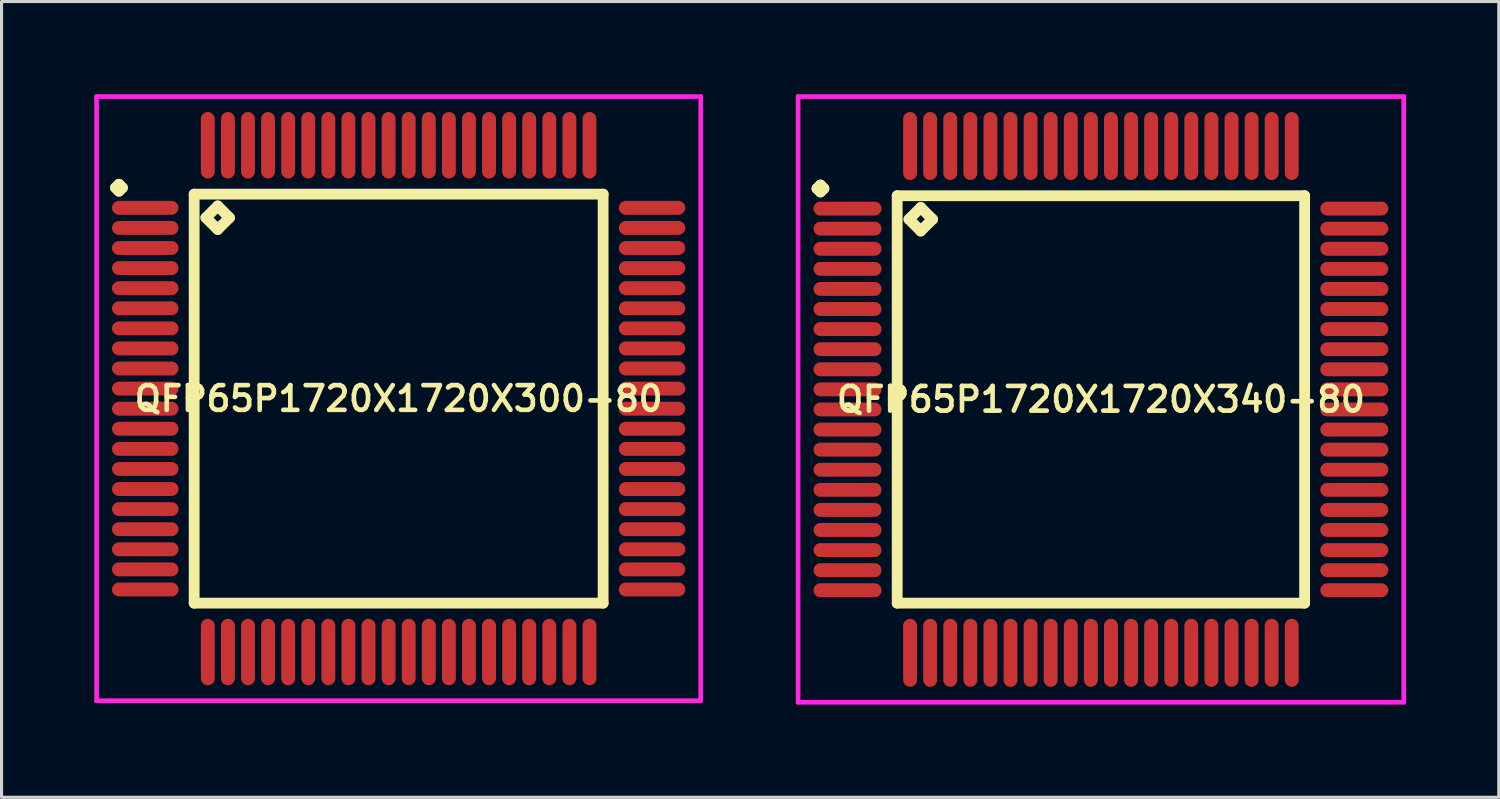
<source format=kicad_pcb>
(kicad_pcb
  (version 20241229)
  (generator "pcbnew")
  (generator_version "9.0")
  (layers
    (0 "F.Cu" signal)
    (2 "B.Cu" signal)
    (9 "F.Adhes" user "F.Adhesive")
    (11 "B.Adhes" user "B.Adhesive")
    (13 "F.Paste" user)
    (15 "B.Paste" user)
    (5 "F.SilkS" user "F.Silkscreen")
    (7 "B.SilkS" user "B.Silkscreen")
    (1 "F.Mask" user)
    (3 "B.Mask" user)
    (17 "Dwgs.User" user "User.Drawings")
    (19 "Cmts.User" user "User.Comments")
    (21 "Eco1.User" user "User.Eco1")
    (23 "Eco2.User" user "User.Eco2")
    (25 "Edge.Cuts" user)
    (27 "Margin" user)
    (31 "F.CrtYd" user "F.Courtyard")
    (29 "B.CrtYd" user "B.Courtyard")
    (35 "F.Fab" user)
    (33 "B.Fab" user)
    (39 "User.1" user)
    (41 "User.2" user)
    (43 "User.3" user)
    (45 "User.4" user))
  (footprint "QFP65P1720X1720X340-80"
    (layer "F.Cu")
    (at 32.575 9.875)
    (property "Reference" "QFP65P1720X1720X340-80" (at 0 0 0) (layer "F.SilkS") (effects (font (size 0.8 0.8) (thickness 0.15))))
    (attr smd)
    (fp_line (start -9.188 -6.825) (end -9.075 -6.938) (stroke (width 0.35) (type solid)) (layer "F.SilkS"))
    (fp_line (start -9.075 -6.938) (end -8.963 -6.825) (stroke (width 0.35) (type solid)) (layer "F.SilkS"))
    (fp_line (start -9.075 -6.713) (end -9.188 -6.825) (stroke (width 0.35) (type solid)) (layer "F.SilkS"))
    (fp_line (start -8.963 -6.825) (end -9.075 -6.713) (stroke (width 0.35) (type solid)) (layer "F.SilkS"))
    (fp_line (start -6.592 -6.592) (end -6.592 6.592) (stroke (width 0.35) (type solid)) (layer "F.SilkS"))
    (fp_line (start -6.592 6.592) (end 6.592 6.592) (stroke (width 0.35) (type solid)) (layer "F.SilkS"))
    (fp_line (start -6.211 -5.83) (end -5.83 -6.211) (stroke (width 0.35) (type solid)) (layer "F.SilkS"))
    (fp_line (start -5.83 -6.211) (end -5.449 -5.83) (stroke (width 0.35) (type solid)) (layer "F.SilkS"))
    (fp_line (start -5.83 -5.449) (end -6.211 -5.83) (stroke (width 0.35) (type solid)) (layer "F.SilkS"))
    (fp_line (start -5.449 -5.83) (end -5.83 -5.449) (stroke (width 0.35) (type solid)) (layer "F.SilkS"))
    (fp_line (start 6.592 -6.592) (end -6.592 -6.592) (stroke (width 0.35) (type solid)) (layer "F.SilkS"))
    (fp_line (start 6.592 6.592) (end 6.592 -6.592) (stroke (width 0.35) (type solid)) (layer "F.SilkS"))
    (fp_line (start -9.8 -9.8) (end 9.8 -9.8) (stroke (width 0.15) (type solid)) (layer "F.CrtYd"))
    (fp_line (start -9.8 9.8) (end -9.8 -9.8) (stroke (width 0.15) (type solid)) (layer "F.CrtYd"))
    (fp_line (start 9.8 -9.8) (end 9.8 9.8) (stroke (width 0.15) (type solid)) (layer "F.CrtYd"))
    (fp_line (start 9.8 9.8) (end -9.8 9.8) (stroke (width 0.15) (type solid)) (layer "F.CrtYd"))
    (pad "1" smd oval (at -8.2 -6.175) (size 2.2 0.45) (layers "F.Cu" "F.Mask" "F.Paste"))
    (pad "2" smd oval (at -8.2 -5.525) (size 2.2 0.45) (layers "F.Cu" "F.Mask" "F.Paste"))
    (pad "3" smd oval (at -8.2 -4.875) (size 2.2 0.45) (layers "F.Cu" "F.Mask" "F.Paste"))
    (pad "4" smd oval (at -8.2 -4.225) (size 2.2 0.45) (layers "F.Cu" "F.Mask" "F.Paste"))
    (pad "5" smd oval (at -8.2 -3.575) (size 2.2 0.45) (layers "F.Cu" "F.Mask" "F.Paste"))
    (pad "6" smd oval (at -8.2 -2.925) (size 2.2 0.45) (layers "F.Cu" "F.Mask" "F.Paste"))
    (pad "7" smd oval (at -8.2 -2.275) (size 2.2 0.45) (layers "F.Cu" "F.Mask" "F.Paste"))
    (pad "8" smd oval (at -8.2 -1.625) (size 2.2 0.45) (layers "F.Cu" "F.Mask" "F.Paste"))
    (pad "9" smd oval (at -8.2 -0.975) (size 2.2 0.45) (layers "F.Cu" "F.Mask" "F.Paste"))
    (pad "10" smd oval (at -8.2 -0.325) (size 2.2 0.45) (layers "F.Cu" "F.Mask" "F.Paste"))
    (pad "11" smd oval (at -8.2 0.325) (size 2.2 0.45) (layers "F.Cu" "F.Mask" "F.Paste"))
    (pad "12" smd oval (at -8.2 0.975) (size 2.2 0.45) (layers "F.Cu" "F.Mask" "F.Paste"))
    (pad "13" smd oval (at -8.2 1.625) (size 2.2 0.45) (layers "F.Cu" "F.Mask" "F.Paste"))
    (pad "14" smd oval (at -8.2 2.275) (size 2.2 0.45) (layers "F.Cu" "F.Mask" "F.Paste"))
    (pad "15" smd oval (at -8.2 2.925) (size 2.2 0.45) (layers "F.Cu" "F.Mask" "F.Paste"))
    (pad "16" smd oval (at -8.2 3.575) (size 2.2 0.45) (layers "F.Cu" "F.Mask" "F.Paste"))
    (pad "17" smd oval (at -8.2 4.225) (size 2.2 0.45) (layers "F.Cu" "F.Mask" "F.Paste"))
    (pad "18" smd oval (at -8.2 4.875) (size 2.2 0.45) (layers "F.Cu" "F.Mask" "F.Paste"))
    (pad "19" smd oval (at -8.2 5.525) (size 2.2 0.45) (layers "F.Cu" "F.Mask" "F.Paste"))
    (pad "20" smd oval (at -8.2 6.175) (size 2.2 0.45) (layers "F.Cu" "F.Mask" "F.Paste"))
    (pad "21" smd oval (at -6.175 8.2) (size 0.45 2.2) (layers "F.Cu" "F.Mask" "F.Paste"))
    (pad "22" smd oval (at -5.525 8.2) (size 0.45 2.2) (layers "F.Cu" "F.Mask" "F.Paste"))
    (pad "23" smd oval (at -4.875 8.2) (size 0.45 2.2) (layers "F.Cu" "F.Mask" "F.Paste"))
    (pad "24" smd oval (at -4.225 8.2) (size 0.45 2.2) (layers "F.Cu" "F.Mask" "F.Paste"))
    (pad "25" smd oval (at -3.575 8.2) (size 0.45 2.2) (layers "F.Cu" "F.Mask" "F.Paste"))
    (pad "26" smd oval (at -2.925 8.2) (size 0.45 2.2) (layers "F.Cu" "F.Mask" "F.Paste"))
    (pad "27" smd oval (at -2.275 8.2) (size 0.45 2.2) (layers "F.Cu" "F.Mask" "F.Paste"))
    (pad "28" smd oval (at -1.625 8.2) (size 0.45 2.2) (layers "F.Cu" "F.Mask" "F.Paste"))
    (pad "29" smd oval (at -0.975 8.2) (size 0.45 2.2) (layers "F.Cu" "F.Mask" "F.Paste"))
    (pad "30" smd oval (at -0.325 8.2) (size 0.45 2.2) (layers "F.Cu" "F.Mask" "F.Paste"))
    (pad "31" smd oval (at 0.325 8.2) (size 0.45 2.2) (layers "F.Cu" "F.Mask" "F.Paste"))
    (pad "32" smd oval (at 0.975 8.2) (size 0.45 2.2) (layers "F.Cu" "F.Mask" "F.Paste"))
    (pad "33" smd oval (at 1.625 8.2) (size 0.45 2.2) (layers "F.Cu" "F.Mask" "F.Paste"))
    (pad "34" smd oval (at 2.275 8.2) (size 0.45 2.2) (layers "F.Cu" "F.Mask" "F.Paste"))
    (pad "35" smd oval (at 2.925 8.2) (size 0.45 2.2) (layers "F.Cu" "F.Mask" "F.Paste"))
    (pad "36" smd oval (at 3.575 8.2) (size 0.45 2.2) (layers "F.Cu" "F.Mask" "F.Paste"))
    (pad "37" smd oval (at 4.225 8.2) (size 0.45 2.2) (layers "F.Cu" "F.Mask" "F.Paste"))
    (pad "38" smd oval (at 4.875 8.2) (size 0.45 2.2) (layers "F.Cu" "F.Mask" "F.Paste"))
    (pad "39" smd oval (at 5.525 8.2) (size 0.45 2.2) (layers "F.Cu" "F.Mask" "F.Paste"))
    (pad "40" smd oval (at 6.175 8.2) (size 0.45 2.2) (layers "F.Cu" "F.Mask" "F.Paste"))
    (pad "41" smd oval (at 8.2 6.175) (size 2.2 0.45) (layers "F.Cu" "F.Mask" "F.Paste"))
    (pad "42" smd oval (at 8.2 5.525) (size 2.2 0.45) (layers "F.Cu" "F.Mask" "F.Paste"))
    (pad "43" smd oval (at 8.2 4.875) (size 2.2 0.45) (layers "F.Cu" "F.Mask" "F.Paste"))
    (pad "44" smd oval (at 8.2 4.225) (size 2.2 0.45) (layers "F.Cu" "F.Mask" "F.Paste"))
    (pad "45" smd oval (at 8.2 3.575) (size 2.2 0.45) (layers "F.Cu" "F.Mask" "F.Paste"))
    (pad "46" smd oval (at 8.2 2.925) (size 2.2 0.45) (layers "F.Cu" "F.Mask" "F.Paste"))
    (pad "47" smd oval (at 8.2 2.275) (size 2.2 0.45) (layers "F.Cu" "F.Mask" "F.Paste"))
    (pad "48" smd oval (at 8.2 1.625) (size 2.2 0.45) (layers "F.Cu" "F.Mask" "F.Paste"))
    (pad "49" smd oval (at 8.2 0.975) (size 2.2 0.45) (layers "F.Cu" "F.Mask" "F.Paste"))
    (pad "50" smd oval (at 8.2 0.325) (size 2.2 0.45) (layers "F.Cu" "F.Mask" "F.Paste"))
    (pad "51" smd oval (at 8.2 -0.325) (size 2.2 0.45) (layers "F.Cu" "F.Mask" "F.Paste"))
    (pad "52" smd oval (at 8.2 -0.975) (size 2.2 0.45) (layers "F.Cu" "F.Mask" "F.Paste"))
    (pad "53" smd oval (at 8.2 -1.625) (size 2.2 0.45) (layers "F.Cu" "F.Mask" "F.Paste"))
    (pad "54" smd oval (at 8.2 -2.275) (size 2.2 0.45) (layers "F.Cu" "F.Mask" "F.Paste"))
    (pad "55" smd oval (at 8.2 -2.925) (size 2.2 0.45) (layers "F.Cu" "F.Mask" "F.Paste"))
    (pad "56" smd oval (at 8.2 -3.575) (size 2.2 0.45) (layers "F.Cu" "F.Mask" "F.Paste"))
    (pad "57" smd oval (at 8.2 -4.225) (size 2.2 0.45) (layers "F.Cu" "F.Mask" "F.Paste"))
    (pad "58" smd oval (at 8.2 -4.875) (size 2.2 0.45) (layers "F.Cu" "F.Mask" "F.Paste"))
    (pad "59" smd oval (at 8.2 -5.525) (size 2.2 0.45) (layers "F.Cu" "F.Mask" "F.Paste"))
    (pad "60" smd oval (at 8.2 -6.175) (size 2.2 0.45) (layers "F.Cu" "F.Mask" "F.Paste"))
    (pad "61" smd oval (at 6.175 -8.2) (size 0.45 2.2) (layers "F.Cu" "F.Mask" "F.Paste"))
    (pad "62" smd oval (at 5.525 -8.2) (size 0.45 2.2) (layers "F.Cu" "F.Mask" "F.Paste"))
    (pad "63" smd oval (at 4.875 -8.2) (size 0.45 2.2) (layers "F.Cu" "F.Mask" "F.Paste"))
    (pad "64" smd oval (at 4.225 -8.2) (size 0.45 2.2) (layers "F.Cu" "F.Mask" "F.Paste"))
    (pad "65" smd oval (at 3.575 -8.2) (size 0.45 2.2) (layers "F.Cu" "F.Mask" "F.Paste"))
    (pad "66" smd oval (at 2.925 -8.2) (size 0.45 2.2) (layers "F.Cu" "F.Mask" "F.Paste"))
    (pad "67" smd oval (at 2.275 -8.2) (size 0.45 2.2) (layers "F.Cu" "F.Mask" "F.Paste"))
    (pad "68" smd oval (at 1.625 -8.2) (size 0.45 2.2) (layers "F.Cu" "F.Mask" "F.Paste"))
    (pad "69" smd oval (at 0.975 -8.2) (size 0.45 2.2) (layers "F.Cu" "F.Mask" "F.Paste"))
    (pad "70" smd oval (at 0.325 -8.2) (size 0.45 2.2) (layers "F.Cu" "F.Mask" "F.Paste"))
    (pad "71" smd oval (at -0.325 -8.2) (size 0.45 2.2) (layers "F.Cu" "F.Mask" "F.Paste"))
    (pad "72" smd oval (at -0.975 -8.2) (size 0.45 2.2) (layers "F.Cu" "F.Mask" "F.Paste"))
    (pad "73" smd oval (at -1.625 -8.2) (size 0.45 2.2) (layers "F.Cu" "F.Mask" "F.Paste"))
    (pad "74" smd oval (at -2.275 -8.2) (size 0.45 2.2) (layers "F.Cu" "F.Mask" "F.Paste"))
    (pad "75" smd oval (at -2.925 -8.2) (size 0.45 2.2) (layers "F.Cu" "F.Mask" "F.Paste"))
    (pad "76" smd oval (at -3.575 -8.2) (size 0.45 2.2) (layers "F.Cu" "F.Mask" "F.Paste"))
    (pad "77" smd oval (at -4.225 -8.2) (size 0.45 2.2) (layers "F.Cu" "F.Mask" "F.Paste"))
    (pad "78" smd oval (at -4.875 -8.2) (size 0.45 2.2) (layers "F.Cu" "F.Mask" "F.Paste"))
    (pad "79" smd oval (at -5.525 -8.2) (size 0.45 2.2) (layers "F.Cu" "F.Mask" "F.Paste"))
    (pad "80" smd oval (at -6.175 -8.2) (size 0.45 2.2) (layers "F.Cu" "F.Mask" "F.Paste")))
  (footprint "QFP65P1720X1720X300-80"
    (layer "F.Cu")
    (at 9.85 9.85)
    (property "Reference" "QFP65P1720X1720X300-80" (at 0 0 0) (layer "F.SilkS") (effects (font (size 0.8 0.8) (thickness 0.15))))
    (attr smd)
    (fp_line (start -9.162 -6.825) (end -9.05 -6.938) (stroke (width 0.35) (type solid)) (layer "F.SilkS"))
    (fp_line (start -9.05 -6.938) (end -8.938 -6.825) (stroke (width 0.35) (type solid)) (layer "F.SilkS"))
    (fp_line (start -9.05 -6.713) (end -9.162 -6.825) (stroke (width 0.35) (type solid)) (layer "F.SilkS"))
    (fp_line (start -8.938 -6.825) (end -9.05 -6.713) (stroke (width 0.35) (type solid)) (layer "F.SilkS"))
    (fp_line (start -6.617 -6.617) (end -6.617 6.617) (stroke (width 0.35) (type solid)) (layer "F.SilkS"))
    (fp_line (start -6.617 6.617) (end 6.617 6.617) (stroke (width 0.35) (type solid)) (layer "F.SilkS"))
    (fp_line (start -6.236 -5.855) (end -5.855 -6.236) (stroke (width 0.35) (type solid)) (layer "F.SilkS"))
    (fp_line (start -5.855 -6.236) (end -5.474 -5.855) (stroke (width 0.35) (type solid)) (layer "F.SilkS"))
    (fp_line (start -5.855 -5.474) (end -6.236 -5.855) (stroke (width 0.35) (type solid)) (layer "F.SilkS"))
    (fp_line (start -5.474 -5.855) (end -5.855 -5.474) (stroke (width 0.35) (type solid)) (layer "F.SilkS"))
    (fp_line (start 6.617 -6.617) (end -6.617 -6.617) (stroke (width 0.35) (type solid)) (layer "F.SilkS"))
    (fp_line (start 6.617 6.617) (end 6.617 -6.617) (stroke (width 0.35) (type solid)) (layer "F.SilkS"))
    (fp_line (start -9.775 -9.775) (end 9.775 -9.775) (stroke (width 0.15) (type solid)) (layer "F.CrtYd"))
    (fp_line (start -9.775 9.775) (end -9.775 -9.775) (stroke (width 0.15) (type solid)) (layer "F.CrtYd"))
    (fp_line (start 9.775 -9.775) (end 9.775 9.775) (stroke (width 0.15) (type solid)) (layer "F.CrtYd"))
    (fp_line (start 9.775 9.775) (end -9.775 9.775) (stroke (width 0.15) (type solid)) (layer "F.CrtYd"))
    (pad "1" smd oval (at -8.2 -6.175) (size 2.15 0.45) (layers "F.Cu" "F.Mask" "F.Paste"))
    (pad "2" smd oval (at -8.2 -5.525) (size 2.15 0.45) (layers "F.Cu" "F.Mask" "F.Paste"))
    (pad "3" smd oval (at -8.2 -4.875) (size 2.15 0.45) (layers "F.Cu" "F.Mask" "F.Paste"))
    (pad "4" smd oval (at -8.2 -4.225) (size 2.15 0.45) (layers "F.Cu" "F.Mask" "F.Paste"))
    (pad "5" smd oval (at -8.2 -3.575) (size 2.15 0.45) (layers "F.Cu" "F.Mask" "F.Paste"))
    (pad "6" smd oval (at -8.2 -2.925) (size 2.15 0.45) (layers "F.Cu" "F.Mask" "F.Paste"))
    (pad "7" smd oval (at -8.2 -2.275) (size 2.15 0.45) (layers "F.Cu" "F.Mask" "F.Paste"))
    (pad "8" smd oval (at -8.2 -1.625) (size 2.15 0.45) (layers "F.Cu" "F.Mask" "F.Paste"))
    (pad "9" smd oval (at -8.2 -0.975) (size 2.15 0.45) (layers "F.Cu" "F.Mask" "F.Paste"))
    (pad "10" smd oval (at -8.2 -0.325) (size 2.15 0.45) (layers "F.Cu" "F.Mask" "F.Paste"))
    (pad "11" smd oval (at -8.2 0.325) (size 2.15 0.45) (layers "F.Cu" "F.Mask" "F.Paste"))
    (pad "12" smd oval (at -8.2 0.975) (size 2.15 0.45) (layers "F.Cu" "F.Mask" "F.Paste"))
    (pad "13" smd oval (at -8.2 1.625) (size 2.15 0.45) (layers "F.Cu" "F.Mask" "F.Paste"))
    (pad "14" smd oval (at -8.2 2.275) (size 2.15 0.45) (layers "F.Cu" "F.Mask" "F.Paste"))
    (pad "15" smd oval (at -8.2 2.925) (size 2.15 0.45) (layers "F.Cu" "F.Mask" "F.Paste"))
    (pad "16" smd oval (at -8.2 3.575) (size 2.15 0.45) (layers "F.Cu" "F.Mask" "F.Paste"))
    (pad "17" smd oval (at -8.2 4.225) (size 2.15 0.45) (layers "F.Cu" "F.Mask" "F.Paste"))
    (pad "18" smd oval (at -8.2 4.875) (size 2.15 0.45) (layers "F.Cu" "F.Mask" "F.Paste"))
    (pad "19" smd oval (at -8.2 5.525) (size 2.15 0.45) (layers "F.Cu" "F.Mask" "F.Paste"))
    (pad "20" smd oval (at -8.2 6.175) (size 2.15 0.45) (layers "F.Cu" "F.Mask" "F.Paste"))
    (pad "21" smd oval (at -6.175 8.2) (size 0.45 2.15) (layers "F.Cu" "F.Mask" "F.Paste"))
    (pad "22" smd oval (at -5.525 8.2) (size 0.45 2.15) (layers "F.Cu" "F.Mask" "F.Paste"))
    (pad "23" smd oval (at -4.875 8.2) (size 0.45 2.15) (layers "F.Cu" "F.Mask" "F.Paste"))
    (pad "24" smd oval (at -4.225 8.2) (size 0.45 2.15) (layers "F.Cu" "F.Mask" "F.Paste"))
    (pad "25" smd oval (at -3.575 8.2) (size 0.45 2.15) (layers "F.Cu" "F.Mask" "F.Paste"))
    (pad "26" smd oval (at -2.925 8.2) (size 0.45 2.15) (layers "F.Cu" "F.Mask" "F.Paste"))
    (pad "27" smd oval (at -2.275 8.2) (size 0.45 2.15) (layers "F.Cu" "F.Mask" "F.Paste"))
    (pad "28" smd oval (at -1.625 8.2) (size 0.45 2.15) (layers "F.Cu" "F.Mask" "F.Paste"))
    (pad "29" smd oval (at -0.975 8.2) (size 0.45 2.15) (layers "F.Cu" "F.Mask" "F.Paste"))
    (pad "30" smd oval (at -0.325 8.2) (size 0.45 2.15) (layers "F.Cu" "F.Mask" "F.Paste"))
    (pad "31" smd oval (at 0.325 8.2) (size 0.45 2.15) (layers "F.Cu" "F.Mask" "F.Paste"))
    (pad "32" smd oval (at 0.975 8.2) (size 0.45 2.15) (layers "F.Cu" "F.Mask" "F.Paste"))
    (pad "33" smd oval (at 1.625 8.2) (size 0.45 2.15) (layers "F.Cu" "F.Mask" "F.Paste"))
    (pad "34" smd oval (at 2.275 8.2) (size 0.45 2.15) (layers "F.Cu" "F.Mask" "F.Paste"))
    (pad "35" smd oval (at 2.925 8.2) (size 0.45 2.15) (layers "F.Cu" "F.Mask" "F.Paste"))
    (pad "36" smd oval (at 3.575 8.2) (size 0.45 2.15) (layers "F.Cu" "F.Mask" "F.Paste"))
    (pad "37" smd oval (at 4.225 8.2) (size 0.45 2.15) (layers "F.Cu" "F.Mask" "F.Paste"))
    (pad "38" smd oval (at 4.875 8.2) (size 0.45 2.15) (layers "F.Cu" "F.Mask" "F.Paste"))
    (pad "39" smd oval (at 5.525 8.2) (size 0.45 2.15) (layers "F.Cu" "F.Mask" "F.Paste"))
    (pad "40" smd oval (at 6.175 8.2) (size 0.45 2.15) (layers "F.Cu" "F.Mask" "F.Paste"))
    (pad "41" smd oval (at 8.2 6.175) (size 2.15 0.45) (layers "F.Cu" "F.Mask" "F.Paste"))
    (pad "42" smd oval (at 8.2 5.525) (size 2.15 0.45) (layers "F.Cu" "F.Mask" "F.Paste"))
    (pad "43" smd oval (at 8.2 4.875) (size 2.15 0.45) (layers "F.Cu" "F.Mask" "F.Paste"))
    (pad "44" smd oval (at 8.2 4.225) (size 2.15 0.45) (layers "F.Cu" "F.Mask" "F.Paste"))
    (pad "45" smd oval (at 8.2 3.575) (size 2.15 0.45) (layers "F.Cu" "F.Mask" "F.Paste"))
    (pad "46" smd oval (at 8.2 2.925) (size 2.15 0.45) (layers "F.Cu" "F.Mask" "F.Paste"))
    (pad "47" smd oval (at 8.2 2.275) (size 2.15 0.45) (layers "F.Cu" "F.Mask" "F.Paste"))
    (pad "48" smd oval (at 8.2 1.625) (size 2.15 0.45) (layers "F.Cu" "F.Mask" "F.Paste"))
    (pad "49" smd oval (at 8.2 0.975) (size 2.15 0.45) (layers "F.Cu" "F.Mask" "F.Paste"))
    (pad "50" smd oval (at 8.2 0.325) (size 2.15 0.45) (layers "F.Cu" "F.Mask" "F.Paste"))
    (pad "51" smd oval (at 8.2 -0.325) (size 2.15 0.45) (layers "F.Cu" "F.Mask" "F.Paste"))
    (pad "52" smd oval (at 8.2 -0.975) (size 2.15 0.45) (layers "F.Cu" "F.Mask" "F.Paste"))
    (pad "53" smd oval (at 8.2 -1.625) (size 2.15 0.45) (layers "F.Cu" "F.Mask" "F.Paste"))
    (pad "54" smd oval (at 8.2 -2.275) (size 2.15 0.45) (layers "F.Cu" "F.Mask" "F.Paste"))
    (pad "55" smd oval (at 8.2 -2.925) (size 2.15 0.45) (layers "F.Cu" "F.Mask" "F.Paste"))
    (pad "56" smd oval (at 8.2 -3.575) (size 2.15 0.45) (layers "F.Cu" "F.Mask" "F.Paste"))
    (pad "57" smd oval (at 8.2 -4.225) (size 2.15 0.45) (layers "F.Cu" "F.Mask" "F.Paste"))
    (pad "58" smd oval (at 8.2 -4.875) (size 2.15 0.45) (layers "F.Cu" "F.Mask" "F.Paste"))
    (pad "59" smd oval (at 8.2 -5.525) (size 2.15 0.45) (layers "F.Cu" "F.Mask" "F.Paste"))
    (pad "60" smd oval (at 8.2 -6.175) (size 2.15 0.45) (layers "F.Cu" "F.Mask" "F.Paste"))
    (pad "61" smd oval (at 6.175 -8.2) (size 0.45 2.15) (layers "F.Cu" "F.Mask" "F.Paste"))
    (pad "62" smd oval (at 5.525 -8.2) (size 0.45 2.15) (layers "F.Cu" "F.Mask" "F.Paste"))
    (pad "63" smd oval (at 4.875 -8.2) (size 0.45 2.15) (layers "F.Cu" "F.Mask" "F.Paste"))
    (pad "64" smd oval (at 4.225 -8.2) (size 0.45 2.15) (layers "F.Cu" "F.Mask" "F.Paste"))
    (pad "65" smd oval (at 3.575 -8.2) (size 0.45 2.15) (layers "F.Cu" "F.Mask" "F.Paste"))
    (pad "66" smd oval (at 2.925 -8.2) (size 0.45 2.15) (layers "F.Cu" "F.Mask" "F.Paste"))
    (pad "67" smd oval (at 2.275 -8.2) (size 0.45 2.15) (layers "F.Cu" "F.Mask" "F.Paste"))
    (pad "68" smd oval (at 1.625 -8.2) (size 0.45 2.15) (layers "F.Cu" "F.Mask" "F.Paste"))
    (pad "69" smd oval (at 0.975 -8.2) (size 0.45 2.15) (layers "F.Cu" "F.Mask" "F.Paste"))
    (pad "70" smd oval (at 0.325 -8.2) (size 0.45 2.15) (layers "F.Cu" "F.Mask" "F.Paste"))
    (pad "71" smd oval (at -0.325 -8.2) (size 0.45 2.15) (layers "F.Cu" "F.Mask" "F.Paste"))
    (pad "72" smd oval (at -0.975 -8.2) (size 0.45 2.15) (layers "F.Cu" "F.Mask" "F.Paste"))
    (pad "73" smd oval (at -1.625 -8.2) (size 0.45 2.15) (layers "F.Cu" "F.Mask" "F.Paste"))
    (pad "74" smd oval (at -2.275 -8.2) (size 0.45 2.15) (layers "F.Cu" "F.Mask" "F.Paste"))
    (pad "75" smd oval (at -2.925 -8.2) (size 0.45 2.15) (layers "F.Cu" "F.Mask" "F.Paste"))
    (pad "76" smd oval (at -3.575 -8.2) (size 0.45 2.15) (layers "F.Cu" "F.Mask" "F.Paste"))
    (pad "77" smd oval (at -4.225 -8.2) (size 0.45 2.15) (layers "F.Cu" "F.Mask" "F.Paste"))
    (pad "78" smd oval (at -4.875 -8.2) (size 0.45 2.15) (layers "F.Cu" "F.Mask" "F.Paste"))
    (pad "79" smd oval (at -5.525 -8.2) (size 0.45 2.15) (layers "F.Cu" "F.Mask" "F.Paste"))
    (pad "80" smd oval (at -6.175 -8.2) (size 0.45 2.15) (layers "F.Cu" "F.Mask" "F.Paste")))
  (gr_rect
    (start -3 -3)
    (end 45.45 22.75)
    (stroke (width 0.1) (type default))
    (fill no)
    (layer "Edge.Cuts")))
</source>
